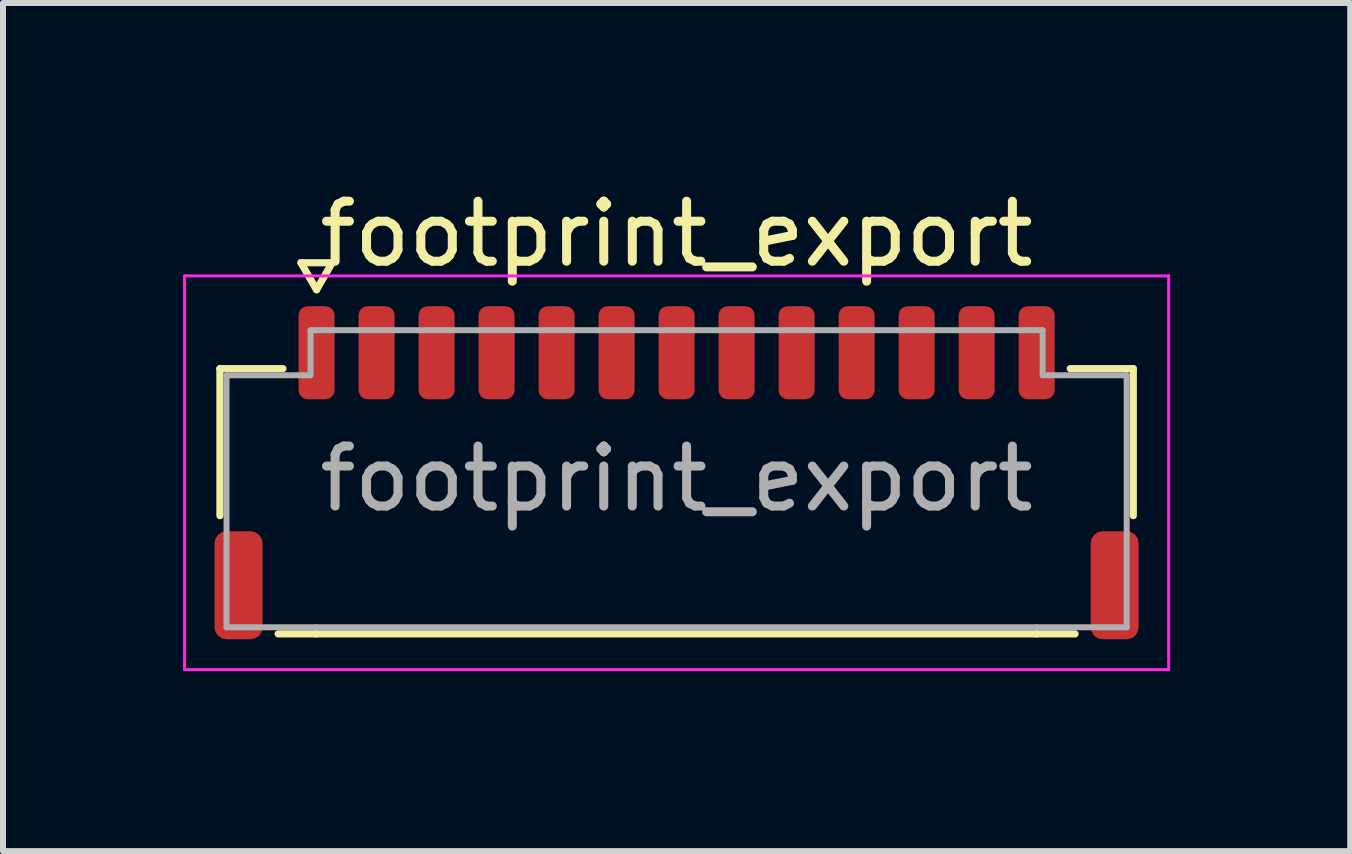
<source format=kicad_pcb>
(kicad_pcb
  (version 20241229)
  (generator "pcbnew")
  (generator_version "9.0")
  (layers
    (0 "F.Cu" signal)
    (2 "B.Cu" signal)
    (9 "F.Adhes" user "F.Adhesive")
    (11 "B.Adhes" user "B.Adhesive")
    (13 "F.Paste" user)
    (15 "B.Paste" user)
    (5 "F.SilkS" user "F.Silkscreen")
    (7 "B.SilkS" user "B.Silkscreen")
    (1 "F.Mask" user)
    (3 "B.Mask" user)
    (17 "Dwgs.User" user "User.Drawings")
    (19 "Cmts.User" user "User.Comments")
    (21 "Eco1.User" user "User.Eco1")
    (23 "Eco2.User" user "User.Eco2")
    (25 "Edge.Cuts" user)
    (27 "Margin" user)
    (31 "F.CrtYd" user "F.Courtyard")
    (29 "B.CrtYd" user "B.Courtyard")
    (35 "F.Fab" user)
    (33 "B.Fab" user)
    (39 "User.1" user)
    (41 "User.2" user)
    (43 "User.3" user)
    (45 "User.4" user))
  (footprint "footprint_export"
    (layer "F.Cu")
    (at 8.225 4.928)
    (property "Reference" "footprint_export" (at 0 -4.08 0) (layer "F.SilkS") (effects (font (size 1 1) (thickness 0.15))))
    (attr smd)
    (fp_line (start -7.61 -1.835) (end -6.56 -1.835) (stroke (width 0.12) (type solid)) (layer "F.SilkS"))
    (fp_line (start -7.61 0.615) (end -7.61 -1.835) (stroke (width 0.12) (type solid)) (layer "F.SilkS"))
    (fp_line (start -6.26 -3.6) (end -6 -3.15) (stroke (width 0.12) (type solid)) (layer "F.SilkS"))
    (fp_line (start -6 -3.15) (end -5.74 -3.6) (stroke (width 0.12) (type solid)) (layer "F.SilkS"))
    (fp_line (start -6 2.585) (end -6.64 2.585) (stroke (width 0.12) (type solid)) (layer "F.SilkS"))
    (fp_line (start -5.74 -3.6) (end -6.26 -3.6) (stroke (width 0.12) (type solid)) (layer "F.SilkS"))
    (fp_line (start 6 2.585) (end -6 2.585) (stroke (width 0.12) (type solid)) (layer "F.SilkS"))
    (fp_line (start 6.56 -1.835) (end 7.61 -1.835) (stroke (width 0.12) (type solid)) (layer "F.SilkS"))
    (fp_line (start 6.64 2.585) (end 6 2.585) (stroke (width 0.12) (type solid)) (layer "F.SilkS"))
    (fp_line (start 7.61 -1.835) (end 7.61 0.615) (stroke (width 0.12) (type solid)) (layer "F.SilkS"))
    (fp_line (start -8.2 -3.38) (end -8.2 3.18) (stroke (width 0.05) (type solid)) (layer "F.CrtYd"))
    (fp_line (start -8.2 3.18) (end 8.2 3.18) (stroke (width 0.05) (type solid)) (layer "F.CrtYd"))
    (fp_line (start 8.2 -3.38) (end -8.2 -3.38) (stroke (width 0.05) (type solid)) (layer "F.CrtYd"))
    (fp_line (start 8.2 3.18) (end 8.2 -3.38) (stroke (width 0.05) (type solid)) (layer "F.CrtYd"))
    (fp_line (start -7.5 -1.725) (end -6.1 -1.725) (stroke (width 0.1) (type solid)) (layer "F.Fab"))
    (fp_line (start -7.5 2.475) (end -7.5 -1.725) (stroke (width 0.1) (type solid)) (layer "F.Fab"))
    (fp_line (start -6.1 -2.475) (end -6 -2.475) (stroke (width 0.1) (type solid)) (layer "F.Fab"))
    (fp_line (start -6.1 -1.725) (end -6.1 -2.475) (stroke (width 0.1) (type solid)) (layer "F.Fab"))
    (fp_line (start -6 -2.475) (end 6 -2.475) (stroke (width 0.1) (type solid)) (layer "F.Fab"))
    (fp_line (start -6 2.475) (end -7.5 2.475) (stroke (width 0.1) (type solid)) (layer "F.Fab"))
    (fp_line (start 6 -2.475) (end 6.1 -2.475) (stroke (width 0.1) (type solid)) (layer "F.Fab"))
    (fp_line (start 6 2.475) (end -6 2.475) (stroke (width 0.1) (type solid)) (layer "F.Fab"))
    (fp_line (start 6.1 -2.475) (end 6.1 -1.725) (stroke (width 0.1) (type solid)) (layer "F.Fab"))
    (fp_line (start 6.1 -1.725) (end 7.5 -1.725) (stroke (width 0.1) (type solid)) (layer "F.Fab"))
    (fp_line (start 7.5 -1.725) (end 7.5 2.475) (stroke (width 0.1) (type solid)) (layer "F.Fab"))
    (fp_line (start 7.5 2.475) (end 6 2.475) (stroke (width 0.1) (type solid)) (layer "F.Fab"))
    (fp_text user "${REFERENCE}" (at 0 0 0) (layer "F.Fab") (effects (font (size 1 1) (thickness 0.15))))
    (pad "1" smd roundrect (at -6 -2.1) (size 0.6 1.55) (layers "F.Cu" "F.Mask" "F.Paste") (roundrect_rratio 0.25))
    (pad "2" smd roundrect (at -5 -2.1) (size 0.6 1.55) (layers "F.Cu" "F.Mask" "F.Paste") (roundrect_rratio 0.25))
    (pad "3" smd roundrect (at -4 -2.1) (size 0.6 1.55) (layers "F.Cu" "F.Mask" "F.Paste") (roundrect_rratio 0.25))
    (pad "4" smd roundrect (at -3 -2.1) (size 0.6 1.55) (layers "F.Cu" "F.Mask" "F.Paste") (roundrect_rratio 0.25))
    (pad "5" smd roundrect (at -2 -2.1) (size 0.6 1.55) (layers "F.Cu" "F.Mask" "F.Paste") (roundrect_rratio 0.25))
    (pad "6" smd roundrect (at -1 -2.1) (size 0.6 1.55) (layers "F.Cu" "F.Mask" "F.Paste") (roundrect_rratio 0.25))
    (pad "7" smd roundrect (at 0 -2.1) (size 0.6 1.55) (layers "F.Cu" "F.Mask" "F.Paste") (roundrect_rratio 0.25))
    (pad "8" smd roundrect (at 1 -2.1) (size 0.6 1.55) (layers "F.Cu" "F.Mask" "F.Paste") (roundrect_rratio 0.25))
    (pad "9" smd roundrect (at 2 -2.1) (size 0.6 1.55) (layers "F.Cu" "F.Mask" "F.Paste") (roundrect_rratio 0.25))
    (pad "10" smd roundrect (at 3 -2.1) (size 0.6 1.55) (layers "F.Cu" "F.Mask" "F.Paste") (roundrect_rratio 0.25))
    (pad "11" smd roundrect (at 4 -2.1) (size 0.6 1.55) (layers "F.Cu" "F.Mask" "F.Paste") (roundrect_rratio 0.25))
    (pad "12" smd roundrect (at 5 -2.1) (size 0.6 1.55) (layers "F.Cu" "F.Mask" "F.Paste") (roundrect_rratio 0.25))
    (pad "13" smd roundrect (at 6 -2.1) (size 0.6 1.55) (layers "F.Cu" "F.Mask" "F.Paste") (roundrect_rratio 0.25))
    (pad "MP" smd roundrect (at -7.3 1.775) (size 0.8 1.8) (layers "F.Cu" "F.Mask" "F.Paste") (roundrect_rratio 0.25))
    (pad "MP" smd roundrect (at 7.3 1.775) (size 0.8 1.8) (layers "F.Cu" "F.Mask" "F.Paste") (roundrect_rratio 0.25)))
  (gr_rect
    (start -3 -3)
    (end 19.45 11.133)
    (stroke (width 0.1) (type default))
    (fill no)
    (layer "Edge.Cuts")))
</source>
